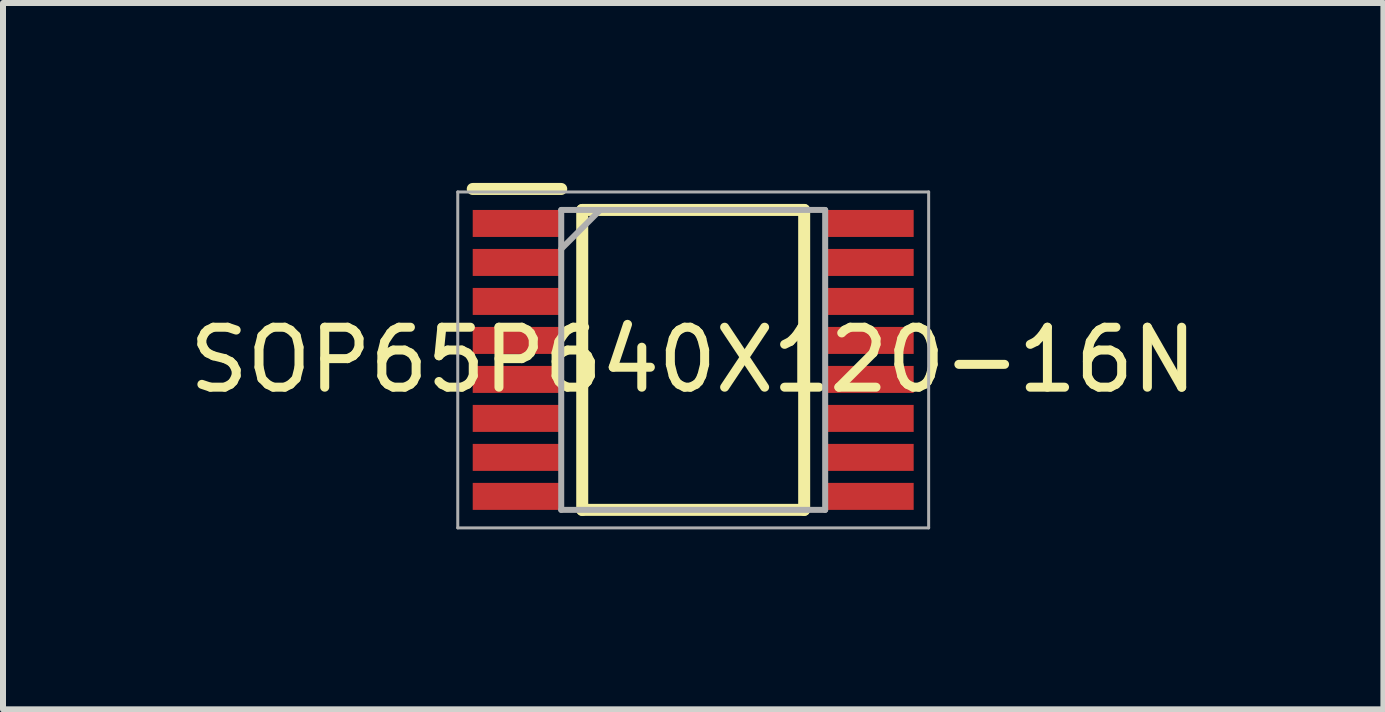
<source format=kicad_pcb>
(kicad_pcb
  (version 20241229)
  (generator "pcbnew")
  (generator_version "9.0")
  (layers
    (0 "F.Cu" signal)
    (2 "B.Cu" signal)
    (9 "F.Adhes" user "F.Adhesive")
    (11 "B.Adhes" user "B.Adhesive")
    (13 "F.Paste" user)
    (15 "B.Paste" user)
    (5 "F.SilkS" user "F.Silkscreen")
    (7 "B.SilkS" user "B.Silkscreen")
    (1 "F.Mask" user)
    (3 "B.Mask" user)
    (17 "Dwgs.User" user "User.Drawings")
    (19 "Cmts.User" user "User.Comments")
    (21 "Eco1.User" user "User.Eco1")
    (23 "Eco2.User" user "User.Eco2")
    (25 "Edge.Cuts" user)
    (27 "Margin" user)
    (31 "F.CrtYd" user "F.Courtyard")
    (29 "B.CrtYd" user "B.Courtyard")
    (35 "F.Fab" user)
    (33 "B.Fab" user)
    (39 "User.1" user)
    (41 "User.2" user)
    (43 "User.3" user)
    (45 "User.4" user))
  (footprint "SOP65P640X120-16N"
    (layer "F.Cu")
    (at 8.506 2.95)
    (property "Reference" "SOP65P640X120-16N" (at 0 0 0) (layer "F.SilkS") (effects (font (size 1 1) (thickness 0.15))))
    (attr smd)
    (fp_line (start -3.675 -2.85) (end -2.2 -2.85) (stroke (width 0.2) (type solid)) (layer "F.SilkS"))
    (fp_line (start -1.85 -2.5) (end 1.85 -2.5) (stroke (width 0.2) (type solid)) (layer "F.SilkS"))
    (fp_line (start -1.85 2.5) (end -1.85 -2.5) (stroke (width 0.2) (type solid)) (layer "F.SilkS"))
    (fp_line (start 1.85 -2.5) (end 1.85 2.5) (stroke (width 0.2) (type solid)) (layer "F.SilkS"))
    (fp_line (start 1.85 2.5) (end -1.85 2.5) (stroke (width 0.2) (type solid)) (layer "F.SilkS"))
    (fp_line (start -3.925 -2.8) (end 3.925 -2.8) (stroke (width 0.05) (type solid)) (layer "F.Fab"))
    (fp_line (start -3.925 2.8) (end -3.925 -2.8) (stroke (width 0.05) (type solid)) (layer "F.Fab"))
    (fp_line (start -2.2 -2.5) (end 2.2 -2.5) (stroke (width 0.1) (type solid)) (layer "F.Fab"))
    (fp_line (start -2.2 -1.85) (end -1.55 -2.5) (stroke (width 0.1) (type solid)) (layer "F.Fab"))
    (fp_line (start -2.2 2.5) (end -2.2 -2.5) (stroke (width 0.1) (type solid)) (layer "F.Fab"))
    (fp_line (start 2.2 -2.5) (end 2.2 2.5) (stroke (width 0.1) (type solid)) (layer "F.Fab"))
    (fp_line (start 2.2 2.5) (end -2.2 2.5) (stroke (width 0.1) (type solid)) (layer "F.Fab"))
    (fp_line (start 3.925 -2.8) (end 3.925 2.8) (stroke (width 0.05) (type solid)) (layer "F.Fab"))
    (fp_line (start 3.925 2.8) (end -3.925 2.8) (stroke (width 0.05) (type solid)) (layer "F.Fab"))
    (pad "1" smd rect (at -2.938 -2.275) (size 1.475 0.45) (layers "F.Cu" "F.Mask" "F.Paste"))
    (pad "2" smd rect (at -2.938 -1.625) (size 1.475 0.45) (layers "F.Cu" "F.Mask" "F.Paste"))
    (pad "3" smd rect (at -2.938 -0.975) (size 1.475 0.45) (layers "F.Cu" "F.Mask" "F.Paste"))
    (pad "4" smd rect (at -2.938 -0.325) (size 1.475 0.45) (layers "F.Cu" "F.Mask" "F.Paste"))
    (pad "5" smd rect (at -2.938 0.325) (size 1.475 0.45) (layers "F.Cu" "F.Mask" "F.Paste"))
    (pad "6" smd rect (at -2.938 0.975) (size 1.475 0.45) (layers "F.Cu" "F.Mask" "F.Paste"))
    (pad "7" smd rect (at -2.938 1.625) (size 1.475 0.45) (layers "F.Cu" "F.Mask" "F.Paste"))
    (pad "8" smd rect (at -2.938 2.275) (size 1.475 0.45) (layers "F.Cu" "F.Mask" "F.Paste"))
    (pad "9" smd rect (at 2.938 2.275) (size 1.475 0.45) (layers "F.Cu" "F.Mask" "F.Paste"))
    (pad "10" smd rect (at 2.938 1.625) (size 1.475 0.45) (layers "F.Cu" "F.Mask" "F.Paste"))
    (pad "11" smd rect (at 2.938 0.975) (size 1.475 0.45) (layers "F.Cu" "F.Mask" "F.Paste"))
    (pad "12" smd rect (at 2.938 0.325) (size 1.475 0.45) (layers "F.Cu" "F.Mask" "F.Paste"))
    (pad "13" smd rect (at 2.938 -0.325) (size 1.475 0.45) (layers "F.Cu" "F.Mask" "F.Paste"))
    (pad "14" smd rect (at 2.938 -0.975) (size 1.475 0.45) (layers "F.Cu" "F.Mask" "F.Paste"))
    (pad "15" smd rect (at 2.938 -1.625) (size 1.475 0.45) (layers "F.Cu" "F.Mask" "F.Paste"))
    (pad "16" smd rect (at 2.938 -2.275) (size 1.475 0.45) (layers "F.Cu" "F.Mask" "F.Paste")))
  (gr_rect
    (start -3 -3)
    (end 20.012 8.775)
    (stroke (width 0.1) (type default))
    (fill no)
    (layer "Edge.Cuts")))
</source>
